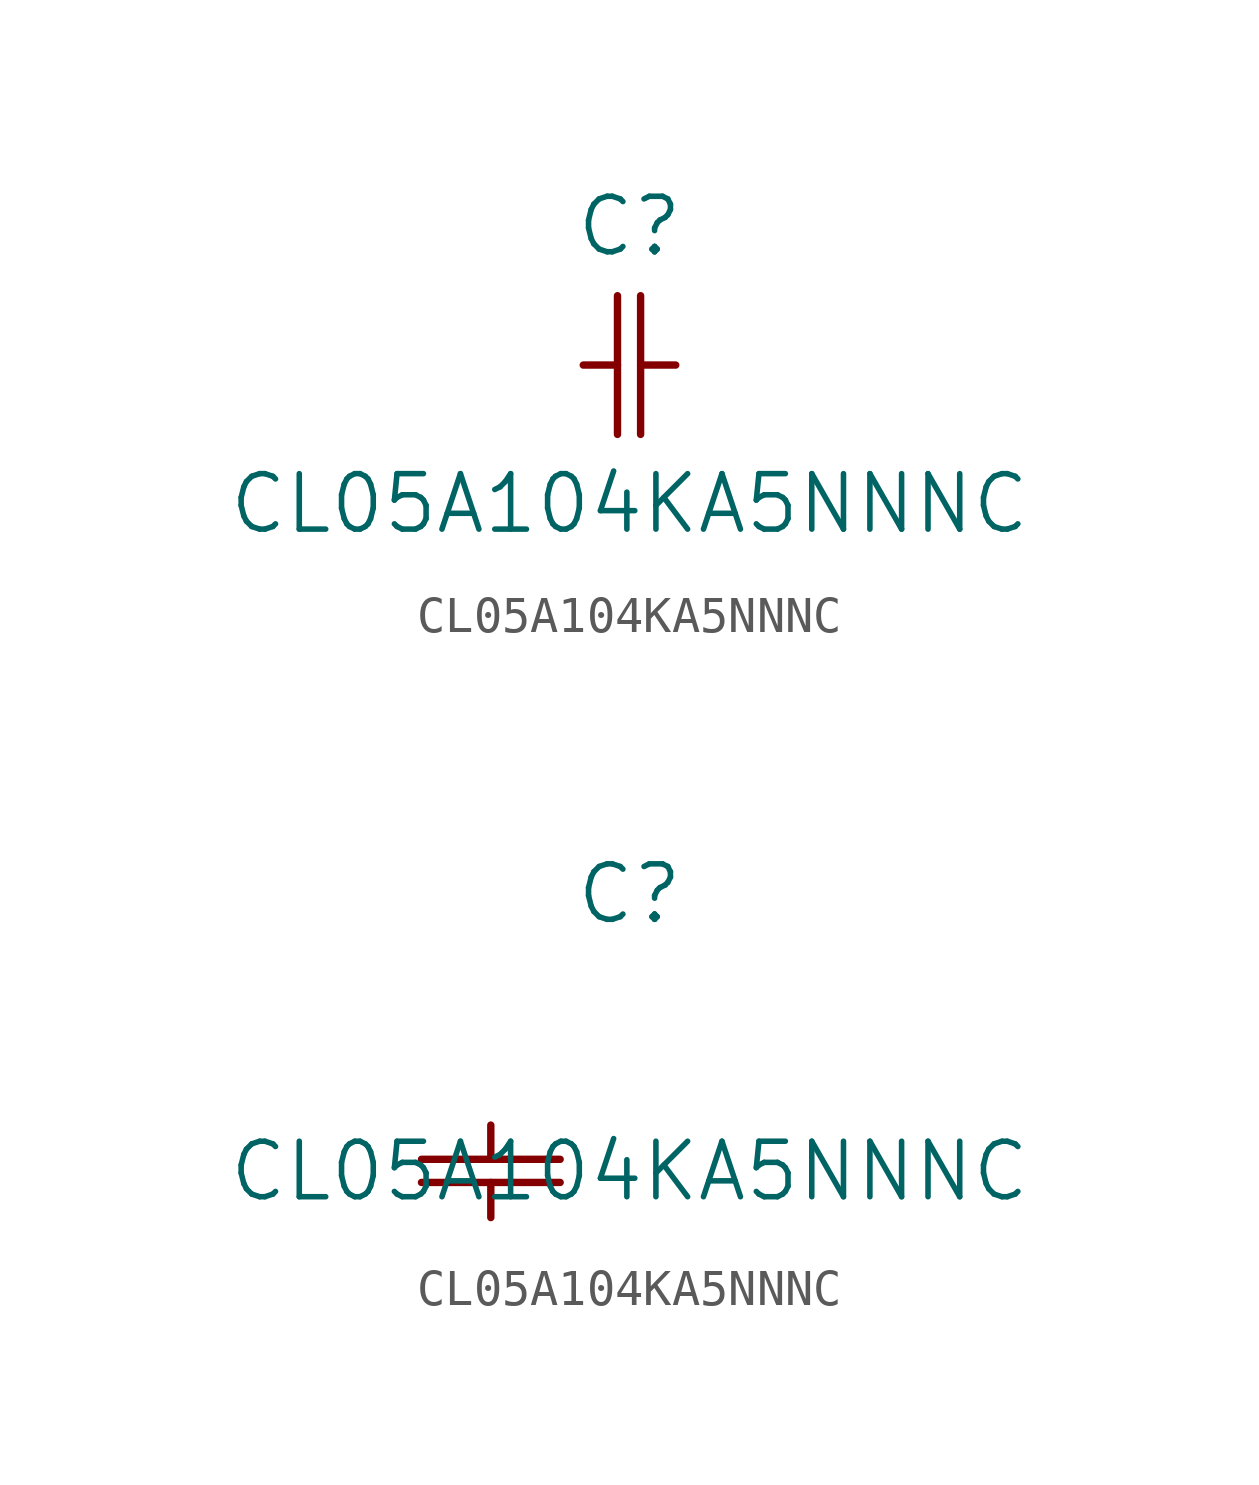
<source format=kicad_sym>
(kicad_symbol_lib
  (version 20211014)
  (generator kicad_symbol_editor)
  (symbol "CL05A104KA5NNNC"
    (pin_names
      (offset 0.254))
    (property "Reference" "C"
      (at 3.81 3.81 0)
      (effects (font (size 1.524 1.524))))
    (property "Value" "CL05A104KA5NNNC"
      (at 3.81 -3.81 0)
      (effects (font (size 1.524 1.524))))
    (symbol "CL05A104KA5NNNC_1_1"
      (polyline (pts (xy 3.48 -1.905) (xy 3.48 1.905)) (stroke (width .2032) (type default) (color 0 0 0 0)) (fill (type none)))
      (polyline (pts (xy 4.115 -1.905) (xy 4.115 1.905)) (stroke (width .2032) (type default) (color 0 0 0 0)) (fill (type none)))
      (polyline (pts (xy 4.115 0) (xy 5.08 0)) (stroke (width .2032) (type default) (color 0 0 0 0)) (fill (type none)))
      (polyline (pts (xy 2.54 0) (xy 3.48 0)) (stroke (width .2032) (type default) (color 0 0 0 0)) (fill (type none))))
    (symbol "CL05A104KA5NNNC_1_2"
      (polyline (pts (xy -1.905 -3.48) (xy 1.905 -3.48)) (stroke (width .2032) (type default) (color 0 0 0 0)) (fill (type none)))
      (polyline (pts (xy -1.905 -4.115) (xy 1.905 -4.115)) (stroke (width .2032) (type default) (color 0 0 0 0)) (fill (type none)))
      (polyline (pts (xy 0 -4.115) (xy 0 -5.08)) (stroke (width .2032) (type default) (color 0 0 0 0)) (fill (type none)))
      (polyline (pts (xy 0 -2.54) (xy 0 -3.48)) (stroke (width .2032) (type default) (color 0 0 0 0)) (fill (type none))))))
</source>
